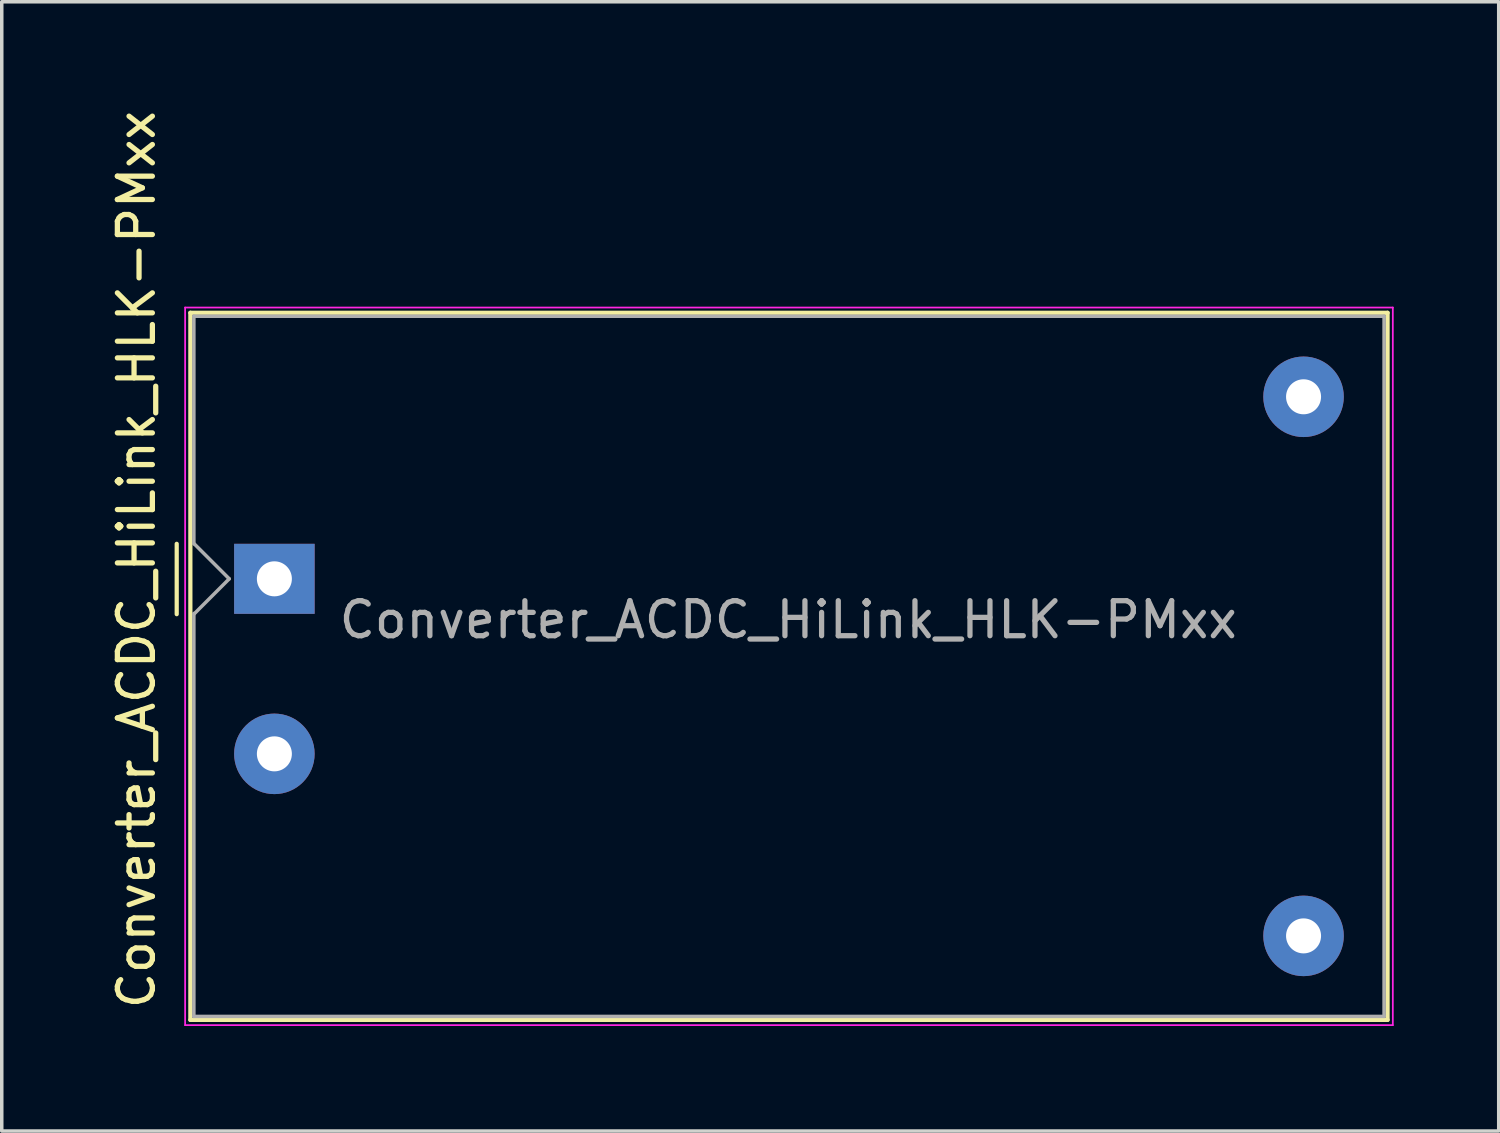
<source format=kicad_pcb>
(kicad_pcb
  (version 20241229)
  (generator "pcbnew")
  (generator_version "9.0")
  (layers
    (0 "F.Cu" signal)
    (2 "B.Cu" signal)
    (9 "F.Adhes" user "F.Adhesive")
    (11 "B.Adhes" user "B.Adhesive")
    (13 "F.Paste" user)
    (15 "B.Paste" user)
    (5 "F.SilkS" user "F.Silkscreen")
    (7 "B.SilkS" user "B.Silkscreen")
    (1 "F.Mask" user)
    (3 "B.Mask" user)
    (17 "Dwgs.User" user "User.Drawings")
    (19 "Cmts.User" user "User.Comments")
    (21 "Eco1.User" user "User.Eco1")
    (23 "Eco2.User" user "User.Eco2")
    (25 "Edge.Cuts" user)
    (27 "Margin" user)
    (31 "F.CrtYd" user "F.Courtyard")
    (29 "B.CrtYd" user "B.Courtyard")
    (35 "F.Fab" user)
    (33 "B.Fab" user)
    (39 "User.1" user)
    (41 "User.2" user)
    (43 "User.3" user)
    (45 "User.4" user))
  (footprint "Converter_ACDC_HiLink_HLK-PMxx"
    (layer "F.Cu")
    (at 4.788 13.485)
    (property "Reference" "Converter_ACDC_HiLink_HLK-PMxx" (at -3.94 -0.55 270) (layer "F.SilkS") (effects (font (size 1 1) (thickness 0.15))))
    (attr through_hole exclude_from_bom dnp)
    (fp_line (start -2.79 -1) (end -2.79 1.01) (stroke (width 0.12) (type solid)) (layer "F.SilkS"))
    (fp_line (start -2.4 -7.6) (end -2.4 12.6) (stroke (width 0.12) (type solid)) (layer "F.SilkS"))
    (fp_line (start -2.4 12.6) (end 31.8 12.6) (stroke (width 0.12) (type solid)) (layer "F.SilkS"))
    (fp_line (start 31.8 -7.6) (end -2.4 -7.6) (stroke (width 0.12) (type solid)) (layer "F.SilkS"))
    (fp_line (start 31.8 12.6) (end 31.8 -7.6) (stroke (width 0.12) (type solid)) (layer "F.SilkS"))
    (fp_line (start -2.55 -7.75) (end -2.55 12.75) (stroke (width 0.05) (type solid)) (layer "F.CrtYd"))
    (fp_line (start -2.55 12.75) (end 31.95 12.75) (stroke (width 0.05) (type solid)) (layer "F.CrtYd"))
    (fp_line (start 31.95 -7.75) (end -2.55 -7.75) (stroke (width 0.05) (type solid)) (layer "F.CrtYd"))
    (fp_line (start 31.95 12.75) (end 31.95 -7.75) (stroke (width 0.05) (type solid)) (layer "F.CrtYd"))
    (fp_line (start -2.3 -7.5) (end 31.7 -7.5) (stroke (width 0.1) (type solid)) (layer "F.Fab"))
    (fp_line (start -2.3 -1) (end -2.3 -7.5) (stroke (width 0.1) (type solid)) (layer "F.Fab"))
    (fp_line (start -2.3 12.5) (end -2.3 0.99) (stroke (width 0.1) (type solid)) (layer "F.Fab"))
    (fp_line (start -2.3 12.5) (end 31.7 12.5) (stroke (width 0.1) (type solid)) (layer "F.Fab"))
    (fp_line (start -2.29 -1) (end -1.29 0) (stroke (width 0.1) (type solid)) (layer "F.Fab"))
    (fp_line (start -1.29 0) (end -2.29 1) (stroke (width 0.1) (type solid)) (layer "F.Fab"))
    (fp_line (start 31.7 12.5) (end 31.7 -7.5) (stroke (width 0.1) (type solid)) (layer "F.Fab"))
    (fp_text user "${REFERENCE}" (at 14.68 1.17 0) (layer "F.Fab") (effects (font (size 1 1) (thickness 0.15))))
    (pad "1" thru_hole rect (at 0 0) (size 2.3 2) (drill 1) (layers "*.Cu" "*.Mask"))
    (pad "2" thru_hole circle (at 0 5) (size 2.3 2.3) (drill 1) (layers "*.Cu" "*.Mask"))
    (pad "3" thru_hole circle (at 29.4 -5.2) (size 2.3 2.3) (drill 1) (layers "*.Cu" "*.Mask"))
    (pad "4" thru_hole circle (at 29.4 10.2) (size 2.3 2.3) (drill 1) (layers "*.Cu" "*.Mask")))
  (gr_rect
    (start -3 -3)
    (end 39.763 29.26)
    (stroke (width 0.1) (type default))
    (fill no)
    (layer "Edge.Cuts")))
</source>
